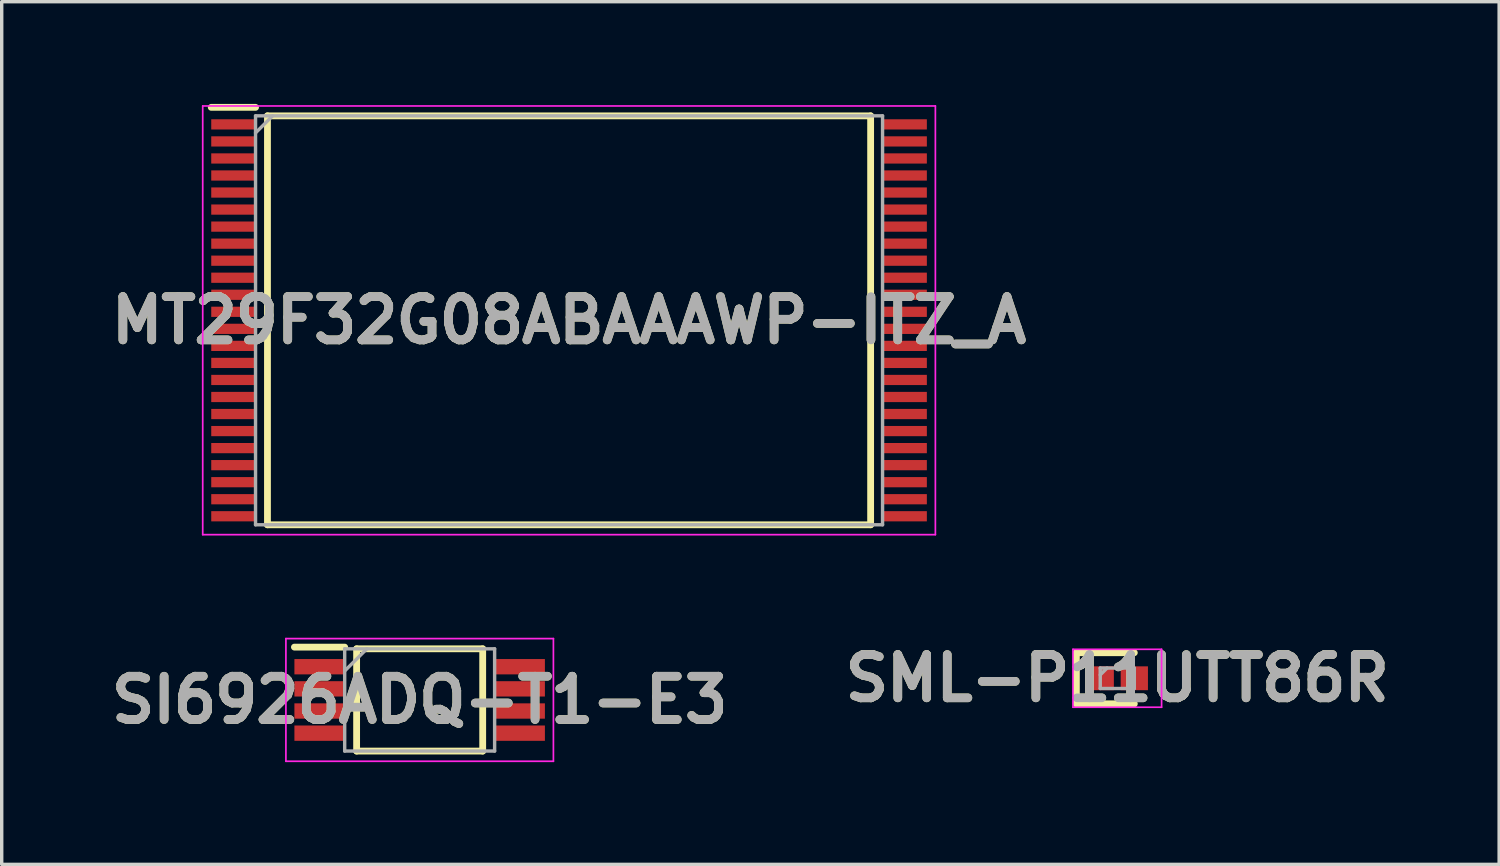
<source format=kicad_pcb>
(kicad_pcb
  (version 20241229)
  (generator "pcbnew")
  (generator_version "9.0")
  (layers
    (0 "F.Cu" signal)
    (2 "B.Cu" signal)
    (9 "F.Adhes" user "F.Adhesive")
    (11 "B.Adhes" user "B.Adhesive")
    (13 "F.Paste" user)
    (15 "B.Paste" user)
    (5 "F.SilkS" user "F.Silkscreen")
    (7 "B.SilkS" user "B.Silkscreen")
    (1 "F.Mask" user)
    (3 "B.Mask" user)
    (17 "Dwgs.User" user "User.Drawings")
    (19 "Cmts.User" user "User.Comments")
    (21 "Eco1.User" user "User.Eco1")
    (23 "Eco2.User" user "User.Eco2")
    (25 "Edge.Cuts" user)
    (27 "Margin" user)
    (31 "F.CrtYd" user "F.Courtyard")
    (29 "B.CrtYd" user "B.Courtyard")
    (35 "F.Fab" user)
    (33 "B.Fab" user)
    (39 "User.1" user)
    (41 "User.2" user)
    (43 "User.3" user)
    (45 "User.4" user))
  (footprint "SML-P11UTT86R"
    (layer "F.Cu")
    (at 29.737 16.854)
    (property "Reference" "SML-P11UTT86R" (at 0 0 0) (layer "F.SilkS") (effects (font (size 1.27 1.27) (thickness 0.254))))
    (attr smd)
    (fp_line (start -1.2 -0.75) (end -1.2 0.75) (stroke (width 0.2) (type solid)) (layer "F.SilkS"))
    (fp_line (start -1.2 0.75) (end 0.5 0.75) (stroke (width 0.2) (type solid)) (layer "F.SilkS"))
    (fp_line (start 0.5 -0.75) (end -1.2 -0.75) (stroke (width 0.2) (type solid)) (layer "F.SilkS"))
    (fp_line (start -1.3 -0.85) (end 1.3 -0.85) (stroke (width 0.05) (type solid)) (layer "F.CrtYd"))
    (fp_line (start -1.3 0.85) (end -1.3 -0.85) (stroke (width 0.05) (type solid)) (layer "F.CrtYd"))
    (fp_line (start 1.3 -0.85) (end 1.3 0.85) (stroke (width 0.05) (type solid)) (layer "F.CrtYd"))
    (fp_line (start 1.3 0.85) (end -1.3 0.85) (stroke (width 0.05) (type solid)) (layer "F.CrtYd"))
    (fp_line (start -0.5 -0.3) (end 0.5 -0.3) (stroke (width 0.1) (type solid)) (layer "F.Fab"))
    (fp_line (start -0.5 -0.1) (end -0.3 -0.3) (stroke (width 0.1) (type solid)) (layer "F.Fab"))
    (fp_line (start -0.5 0.3) (end -0.5 -0.3) (stroke (width 0.1) (type solid)) (layer "F.Fab"))
    (fp_line (start 0.5 -0.3) (end 0.5 0.3) (stroke (width 0.1) (type solid)) (layer "F.Fab"))
    (fp_line (start 0.5 0.3) (end -0.5 0.3) (stroke (width 0.1) (type solid)) (layer "F.Fab"))
    (fp_text user "${REFERENCE}" (at 0 0 0) (layer "F.Fab") (effects (font (size 1.27 1.27) (thickness 0.254))))
    (pad "1" smd rect (at -0.5 0 90) (size 0.7 0.8) (layers "F.Cu" "F.Mask" "F.Paste"))
    (pad "2" smd rect (at 0.5 0 90) (size 0.7 0.8) (layers "F.Cu" "F.Mask" "F.Paste")))
  (footprint "MT29F32G08ABAAAWP-ITZ_A"
    (layer "F.Cu")
    (at 13.649 6.35)
    (property "Reference" "MT29F32G08ABAAAWP-ITZ_A" (at 0 0 0) (layer "F.SilkS") (effects (font (size 1.27 1.27) (thickness 0.254))))
    (attr smd)
    (fp_line (start -10.5 -6.25) (end -9.2 -6.25) (stroke (width 0.2) (type solid)) (layer "F.SilkS"))
    (fp_line (start -8.85 -6) (end 8.85 -6) (stroke (width 0.2) (type solid)) (layer "F.SilkS"))
    (fp_line (start -8.85 6) (end -8.85 -6) (stroke (width 0.2) (type solid)) (layer "F.SilkS"))
    (fp_line (start 8.85 -6) (end 8.85 6) (stroke (width 0.2) (type solid)) (layer "F.SilkS"))
    (fp_line (start 8.85 6) (end -8.85 6) (stroke (width 0.2) (type solid)) (layer "F.SilkS"))
    (fp_line (start -10.75 -6.29) (end 10.75 -6.29) (stroke (width 0.05) (type solid)) (layer "F.CrtYd"))
    (fp_line (start -10.75 6.29) (end -10.75 -6.29) (stroke (width 0.05) (type solid)) (layer "F.CrtYd"))
    (fp_line (start 10.75 -6.29) (end 10.75 6.29) (stroke (width 0.05) (type solid)) (layer "F.CrtYd"))
    (fp_line (start 10.75 6.29) (end -10.75 6.29) (stroke (width 0.05) (type solid)) (layer "F.CrtYd"))
    (fp_line (start -9.2 -6) (end 9.2 -6) (stroke (width 0.1) (type solid)) (layer "F.Fab"))
    (fp_line (start -9.2 -5.5) (end -8.7 -6) (stroke (width 0.1) (type solid)) (layer "F.Fab"))
    (fp_line (start -9.2 6) (end -9.2 -6) (stroke (width 0.1) (type solid)) (layer "F.Fab"))
    (fp_line (start 9.2 -6) (end 9.2 6) (stroke (width 0.1) (type solid)) (layer "F.Fab"))
    (fp_line (start 9.2 6) (end -9.2 6) (stroke (width 0.1) (type solid)) (layer "F.Fab"))
    (fp_text user "${REFERENCE}" (at 0 0 0) (layer "F.Fab") (effects (font (size 1.27 1.27) (thickness 0.254))))
    (pad "1" smd rect (at -9.85 -5.75 90) (size 0.3 1.3) (layers "F.Cu" "F.Mask" "F.Paste"))
    (pad "2" smd rect (at -9.85 -5.25 90) (size 0.3 1.3) (layers "F.Cu" "F.Mask" "F.Paste"))
    (pad "3" smd rect (at -9.85 -4.75 90) (size 0.3 1.3) (layers "F.Cu" "F.Mask" "F.Paste"))
    (pad "4" smd rect (at -9.85 -4.25 90) (size 0.3 1.3) (layers "F.Cu" "F.Mask" "F.Paste"))
    (pad "5" smd rect (at -9.85 -3.75 90) (size 0.3 1.3) (layers "F.Cu" "F.Mask" "F.Paste"))
    (pad "6" smd rect (at -9.85 -3.25 90) (size 0.3 1.3) (layers "F.Cu" "F.Mask" "F.Paste"))
    (pad "7" smd rect (at -9.85 -2.75 90) (size 0.3 1.3) (layers "F.Cu" "F.Mask" "F.Paste"))
    (pad "8" smd rect (at -9.85 -2.25 90) (size 0.3 1.3) (layers "F.Cu" "F.Mask" "F.Paste"))
    (pad "9" smd rect (at -9.85 -1.75 90) (size 0.3 1.3) (layers "F.Cu" "F.Mask" "F.Paste"))
    (pad "10" smd rect (at -9.85 -1.25 90) (size 0.3 1.3) (layers "F.Cu" "F.Mask" "F.Paste"))
    (pad "11" smd rect (at -9.85 -0.75 90) (size 0.3 1.3) (layers "F.Cu" "F.Mask" "F.Paste"))
    (pad "12" smd rect (at -9.85 -0.25 90) (size 0.3 1.3) (layers "F.Cu" "F.Mask" "F.Paste"))
    (pad "13" smd rect (at -9.85 0.25 90) (size 0.3 1.3) (layers "F.Cu" "F.Mask" "F.Paste"))
    (pad "14" smd rect (at -9.85 0.75 90) (size 0.3 1.3) (layers "F.Cu" "F.Mask" "F.Paste"))
    (pad "15" smd rect (at -9.85 1.25 90) (size 0.3 1.3) (layers "F.Cu" "F.Mask" "F.Paste"))
    (pad "16" smd rect (at -9.85 1.75 90) (size 0.3 1.3) (layers "F.Cu" "F.Mask" "F.Paste"))
    (pad "17" smd rect (at -9.85 2.25 90) (size 0.3 1.3) (layers "F.Cu" "F.Mask" "F.Paste"))
    (pad "18" smd rect (at -9.85 2.75 90) (size 0.3 1.3) (layers "F.Cu" "F.Mask" "F.Paste"))
    (pad "19" smd rect (at -9.85 3.25 90) (size 0.3 1.3) (layers "F.Cu" "F.Mask" "F.Paste"))
    (pad "20" smd rect (at -9.85 3.75 90) (size 0.3 1.3) (layers "F.Cu" "F.Mask" "F.Paste"))
    (pad "21" smd rect (at -9.85 4.25 90) (size 0.3 1.3) (layers "F.Cu" "F.Mask" "F.Paste"))
    (pad "22" smd rect (at -9.85 4.75 90) (size 0.3 1.3) (layers "F.Cu" "F.Mask" "F.Paste"))
    (pad "23" smd rect (at -9.85 5.25 90) (size 0.3 1.3) (layers "F.Cu" "F.Mask" "F.Paste"))
    (pad "24" smd rect (at -9.85 5.75 90) (size 0.3 1.3) (layers "F.Cu" "F.Mask" "F.Paste"))
    (pad "25" smd rect (at 9.85 5.75 90) (size 0.3 1.3) (layers "F.Cu" "F.Mask" "F.Paste"))
    (pad "26" smd rect (at 9.85 5.25 90) (size 0.3 1.3) (layers "F.Cu" "F.Mask" "F.Paste"))
    (pad "27" smd rect (at 9.85 4.75 90) (size 0.3 1.3) (layers "F.Cu" "F.Mask" "F.Paste"))
    (pad "28" smd rect (at 9.85 4.25 90) (size 0.3 1.3) (layers "F.Cu" "F.Mask" "F.Paste"))
    (pad "29" smd rect (at 9.85 3.75 90) (size 0.3 1.3) (layers "F.Cu" "F.Mask" "F.Paste"))
    (pad "30" smd rect (at 9.85 3.25 90) (size 0.3 1.3) (layers "F.Cu" "F.Mask" "F.Paste"))
    (pad "31" smd rect (at 9.85 2.75 90) (size 0.3 1.3) (layers "F.Cu" "F.Mask" "F.Paste"))
    (pad "32" smd rect (at 9.85 2.25 90) (size 0.3 1.3) (layers "F.Cu" "F.Mask" "F.Paste"))
    (pad "33" smd rect (at 9.85 1.75 90) (size 0.3 1.3) (layers "F.Cu" "F.Mask" "F.Paste"))
    (pad "34" smd rect (at 9.85 1.25 90) (size 0.3 1.3) (layers "F.Cu" "F.Mask" "F.Paste"))
    (pad "35" smd rect (at 9.85 0.75 90) (size 0.3 1.3) (layers "F.Cu" "F.Mask" "F.Paste"))
    (pad "36" smd rect (at 9.85 0.25 90) (size 0.3 1.3) (layers "F.Cu" "F.Mask" "F.Paste"))
    (pad "37" smd rect (at 9.85 -0.25 90) (size 0.3 1.3) (layers "F.Cu" "F.Mask" "F.Paste"))
    (pad "38" smd rect (at 9.85 -0.75 90) (size 0.3 1.3) (layers "F.Cu" "F.Mask" "F.Paste"))
    (pad "39" smd rect (at 9.85 -1.25 90) (size 0.3 1.3) (layers "F.Cu" "F.Mask" "F.Paste"))
    (pad "40" smd rect (at 9.85 -1.75 90) (size 0.3 1.3) (layers "F.Cu" "F.Mask" "F.Paste"))
    (pad "41" smd rect (at 9.85 -2.25 90) (size 0.3 1.3) (layers "F.Cu" "F.Mask" "F.Paste"))
    (pad "42" smd rect (at 9.85 -2.75 90) (size 0.3 1.3) (layers "F.Cu" "F.Mask" "F.Paste"))
    (pad "43" smd rect (at 9.85 -3.25 90) (size 0.3 1.3) (layers "F.Cu" "F.Mask" "F.Paste"))
    (pad "44" smd rect (at 9.85 -3.75 90) (size 0.3 1.3) (layers "F.Cu" "F.Mask" "F.Paste"))
    (pad "45" smd rect (at 9.85 -4.25 90) (size 0.3 1.3) (layers "F.Cu" "F.Mask" "F.Paste"))
    (pad "46" smd rect (at 9.85 -4.75 90) (size 0.3 1.3) (layers "F.Cu" "F.Mask" "F.Paste"))
    (pad "47" smd rect (at 9.85 -5.25 90) (size 0.3 1.3) (layers "F.Cu" "F.Mask" "F.Paste"))
    (pad "48" smd rect (at 9.85 -5.75 90) (size 0.3 1.3) (layers "F.Cu" "F.Mask" "F.Paste")))
  (footprint "SI6926ADQ-T1-E3"
    (layer "F.Cu")
    (at 9.265 17.49)
    (property "Reference" "SI6926ADQ-T1-E3" (at 0 0 0) (layer "F.SilkS") (effects (font (size 1.27 1.27) (thickness 0.254))))
    (attr smd)
    (fp_line (start -3.675 -1.55) (end -2.2 -1.55) (stroke (width 0.2) (type solid)) (layer "F.SilkS"))
    (fp_line (start -1.85 -1.5) (end 1.85 -1.5) (stroke (width 0.2) (type solid)) (layer "F.SilkS"))
    (fp_line (start -1.85 1.5) (end -1.85 -1.5) (stroke (width 0.2) (type solid)) (layer "F.SilkS"))
    (fp_line (start 1.85 -1.5) (end 1.85 1.5) (stroke (width 0.2) (type solid)) (layer "F.SilkS"))
    (fp_line (start 1.85 1.5) (end -1.85 1.5) (stroke (width 0.2) (type solid)) (layer "F.SilkS"))
    (fp_line (start -3.925 -1.8) (end 3.925 -1.8) (stroke (width 0.05) (type solid)) (layer "F.CrtYd"))
    (fp_line (start -3.925 1.8) (end -3.925 -1.8) (stroke (width 0.05) (type solid)) (layer "F.CrtYd"))
    (fp_line (start 3.925 -1.8) (end 3.925 1.8) (stroke (width 0.05) (type solid)) (layer "F.CrtYd"))
    (fp_line (start 3.925 1.8) (end -3.925 1.8) (stroke (width 0.05) (type solid)) (layer "F.CrtYd"))
    (fp_line (start -2.2 -1.5) (end 2.2 -1.5) (stroke (width 0.1) (type solid)) (layer "F.Fab"))
    (fp_line (start -2.2 -0.85) (end -1.55 -1.5) (stroke (width 0.1) (type solid)) (layer "F.Fab"))
    (fp_line (start -2.2 1.5) (end -2.2 -1.5) (stroke (width 0.1) (type solid)) (layer "F.Fab"))
    (fp_line (start 2.2 -1.5) (end 2.2 1.5) (stroke (width 0.1) (type solid)) (layer "F.Fab"))
    (fp_line (start 2.2 1.5) (end -2.2 1.5) (stroke (width 0.1) (type solid)) (layer "F.Fab"))
    (fp_text user "${REFERENCE}" (at 0 0 0) (layer "F.Fab") (effects (font (size 1.27 1.27) (thickness 0.254))))
    (pad "1" smd rect (at -2.938 -0.975 90) (size 0.45 1.475) (layers "F.Cu" "F.Mask" "F.Paste"))
    (pad "2" smd rect (at -2.938 -0.325 90) (size 0.45 1.475) (layers "F.Cu" "F.Mask" "F.Paste"))
    (pad "3" smd rect (at -2.938 0.325 90) (size 0.45 1.475) (layers "F.Cu" "F.Mask" "F.Paste"))
    (pad "4" smd rect (at -2.938 0.975 90) (size 0.45 1.475) (layers "F.Cu" "F.Mask" "F.Paste"))
    (pad "5" smd rect (at 2.938 0.975 90) (size 0.45 1.475) (layers "F.Cu" "F.Mask" "F.Paste"))
    (pad "6" smd rect (at 2.938 0.325 90) (size 0.45 1.475) (layers "F.Cu" "F.Mask" "F.Paste"))
    (pad "7" smd rect (at 2.938 -0.325 90) (size 0.45 1.475) (layers "F.Cu" "F.Mask" "F.Paste"))
    (pad "8" smd rect (at 2.938 -0.975 90) (size 0.45 1.475) (layers "F.Cu" "F.Mask" "F.Paste")))
  (gr_rect
    (start -3 -3)
    (end 40.943 22.315)
    (stroke (width 0.1) (type default))
    (fill no)
    (layer "Edge.Cuts")))
</source>
